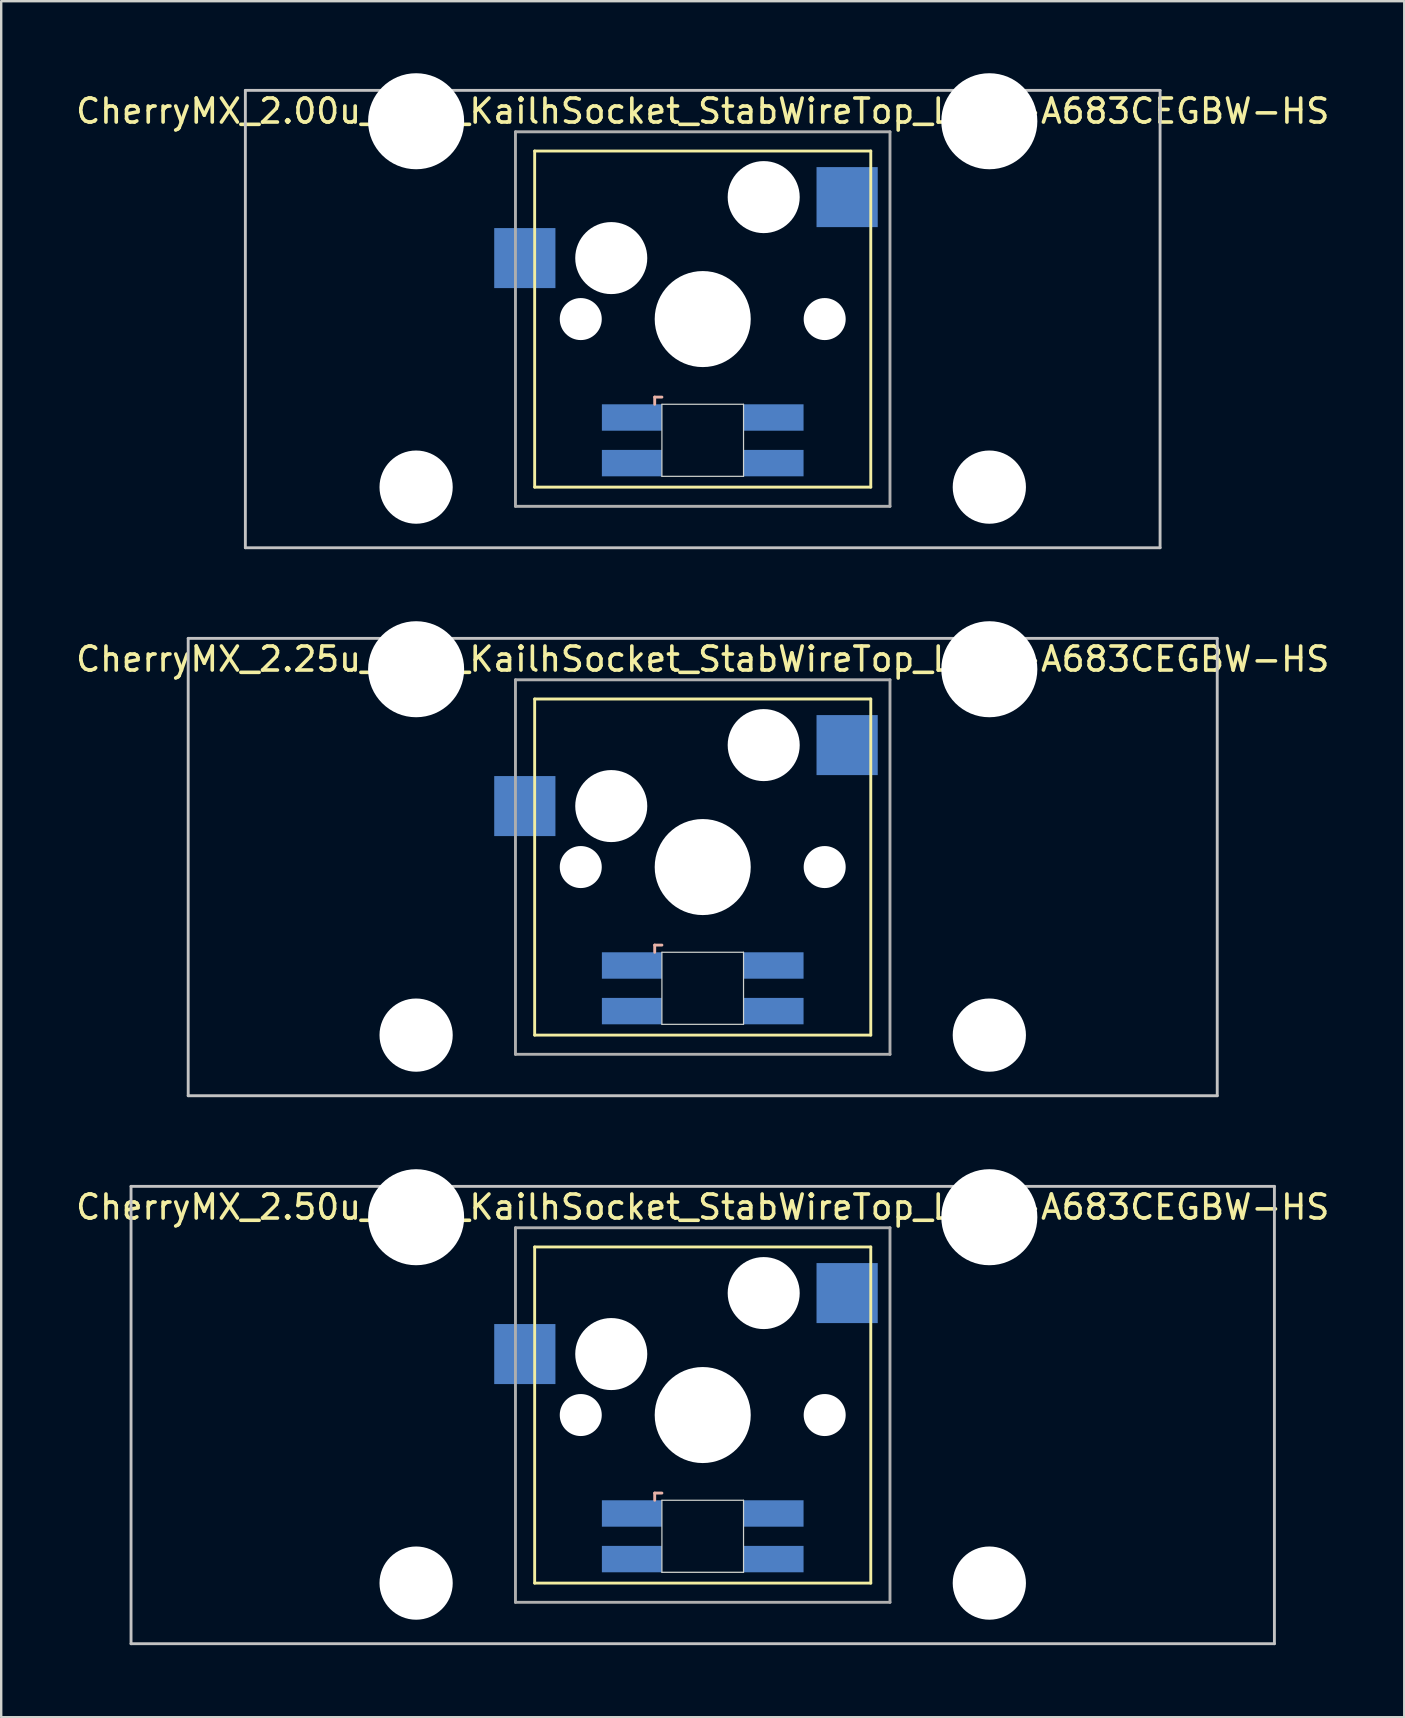
<source format=kicad_pcb>
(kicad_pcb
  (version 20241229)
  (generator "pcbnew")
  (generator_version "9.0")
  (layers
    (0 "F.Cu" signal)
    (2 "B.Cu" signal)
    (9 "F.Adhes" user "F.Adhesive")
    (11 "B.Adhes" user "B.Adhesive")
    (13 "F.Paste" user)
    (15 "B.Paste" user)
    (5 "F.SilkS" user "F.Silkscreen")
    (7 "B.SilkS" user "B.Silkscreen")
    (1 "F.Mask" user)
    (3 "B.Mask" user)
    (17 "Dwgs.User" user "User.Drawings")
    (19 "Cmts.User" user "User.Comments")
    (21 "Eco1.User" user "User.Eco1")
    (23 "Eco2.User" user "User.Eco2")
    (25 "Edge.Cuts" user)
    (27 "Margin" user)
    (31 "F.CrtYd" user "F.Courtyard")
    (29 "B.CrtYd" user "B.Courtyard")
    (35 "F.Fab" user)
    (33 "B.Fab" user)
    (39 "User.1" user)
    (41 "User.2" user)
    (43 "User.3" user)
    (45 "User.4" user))
  (footprint "CherryMX_2.25u_PCB_KailhSocket_StabWireTop_LTST-A683CEGBW-HS"
    (layer "F.Cu")
    (at 26.22 33.065)
    (property "Reference" "CherryMX_2.25u_PCB_KailhSocket_StabWireTop_LTST-A683CEGBW-HS" (at 0 -8.662 0) (layer "F.SilkS") (effects (font (size 1 1) (thickness 0.15))))
    (attr through_hole)
    (fp_line (start -7 -7) (end -7 7) (stroke (width 0.12) (type solid)) (layer "F.SilkS"))
    (fp_line (start -7 -7) (end 7 -7) (stroke (width 0.12) (type solid)) (layer "F.SilkS"))
    (fp_line (start 7 -7) (end 7 7) (stroke (width 0.12) (type solid)) (layer "F.SilkS"))
    (fp_line (start 7 7) (end -7 7) (stroke (width 0.12) (type solid)) (layer "F.SilkS"))
    (fp_line (start -2 3.25) (end -2 3.55) (stroke (width 0.12) (type solid)) (layer "B.SilkS"))
    (fp_line (start -1.7 3.25) (end -2 3.25) (stroke (width 0.12) (type solid)) (layer "B.SilkS"))
    (fp_line (start -21.431 -9.525) (end 21.431 -9.525) (stroke (width 0.12) (type solid)) (layer "Dwgs.User"))
    (fp_line (start -21.431 9.525) (end -21.431 -9.525) (stroke (width 0.12) (type solid)) (layer "Dwgs.User"))
    (fp_line (start 21.431 -9.525) (end 21.431 9.525) (stroke (width 0.12) (type solid)) (layer "Dwgs.User"))
    (fp_line (start 21.431 9.525) (end -21.431 9.525) (stroke (width 0.12) (type solid)) (layer "Dwgs.User"))
    (fp_line (start -1.7 3.55) (end 1.7 3.55) (stroke (width 0.05) (type solid)) (layer "Edge.Cuts"))
    (fp_line (start -1.7 6.55) (end -1.7 3.55) (stroke (width 0.05) (type solid)) (layer "Edge.Cuts"))
    (fp_line (start 1.7 3.55) (end 1.7 6.55) (stroke (width 0.05) (type solid)) (layer "Edge.Cuts"))
    (fp_line (start 1.7 6.55) (end -1.7 6.55) (stroke (width 0.05) (type solid)) (layer "Edge.Cuts"))
    (fp_line (start -7.8 -7.8) (end -7.8 7.8) (stroke (width 0.12) (type solid)) (layer "F.Fab"))
    (fp_line (start -7.8 -7.8) (end 7.8 -7.8) (stroke (width 0.12) (type solid)) (layer "F.Fab"))
    (fp_line (start -7.8 7.8) (end 7.8 7.8) (stroke (width 0.12) (type solid)) (layer "F.Fab"))
    (fp_line (start 7.8 -7.8) (end 7.8 7.8) (stroke (width 0.12) (type solid)) (layer "F.Fab"))
    (pad "" np_thru_hole circle (at -11.938 -8.24) (size 4 4) (drill 4) (layers "*.Cu" "*.Mask"))
    (pad "" np_thru_hole circle (at -11.938 7) (size 3.05 3.05) (drill 3.05) (layers "*.Cu" "*.Mask"))
    (pad "" np_thru_hole circle (at -5.08 0) (size 1.75 1.75) (drill 1.75) (layers "*.Cu" "*.Mask"))
    (pad "" np_thru_hole circle (at -3.81 -2.54) (size 3 3) (drill 3) (layers "*.Cu" "*.Mask"))
    (pad "" np_thru_hole circle (at 0 0) (size 4 4) (drill 4) (layers "*.Cu" "*.Mask"))
    (pad "" np_thru_hole circle (at 2.54 -5.08) (size 3 3) (drill 3) (layers "*.Cu" "*.Mask"))
    (pad "" np_thru_hole circle (at 5.08 0) (size 1.75 1.75) (drill 1.75) (layers "*.Cu" "*.Mask"))
    (pad "" np_thru_hole circle (at 11.938 -8.24) (size 4 4) (drill 4) (layers "*.Cu" "*.Mask"))
    (pad "" np_thru_hole circle (at 11.938 7) (size 3.05 3.05) (drill 3.05) (layers "*.Cu" "*.Mask"))
    (pad "1" smd rect (at -7.41 -2.54) (size 2.55 2.5) (layers "B.Cu" "B.Mask" "B.Paste"))
    (pad "2" smd rect (at 6.015 -5.08) (size 2.55 2.5) (layers "B.Cu" "B.Mask" "B.Paste"))
    (pad "3" smd rect (at -2.95 4.1) (size 2.5 1.1) (layers "B.Cu" "B.Mask" "B.Paste"))
    (pad "4" smd rect (at -2.95 6) (size 2.5 1.1) (layers "B.Cu" "B.Mask" "B.Paste"))
    (pad "5" smd rect (at 2.95 4.1) (size 2.5 1.1) (layers "B.Cu" "B.Mask" "B.Paste"))
    (pad "6" smd rect (at 2.95 6) (size 2.5 1.1) (layers "B.Cu" "B.Mask" "B.Paste")))
  (footprint "CherryMX_2.00u_PCB_KailhSocket_StabWireTop_LTST-A683CEGBW-HS"
    (layer "F.Cu")
    (at 26.22 10.24)
    (property "Reference" "CherryMX_2.00u_PCB_KailhSocket_StabWireTop_LTST-A683CEGBW-HS" (at 0 -8.662 0) (layer "F.SilkS") (effects (font (size 1 1) (thickness 0.15))))
    (attr through_hole)
    (fp_line (start -7 -7) (end -7 7) (stroke (width 0.12) (type solid)) (layer "F.SilkS"))
    (fp_line (start -7 -7) (end 7 -7) (stroke (width 0.12) (type solid)) (layer "F.SilkS"))
    (fp_line (start 7 -7) (end 7 7) (stroke (width 0.12) (type solid)) (layer "F.SilkS"))
    (fp_line (start 7 7) (end -7 7) (stroke (width 0.12) (type solid)) (layer "F.SilkS"))
    (fp_line (start -2 3.25) (end -2 3.55) (stroke (width 0.12) (type solid)) (layer "B.SilkS"))
    (fp_line (start -1.7 3.25) (end -2 3.25) (stroke (width 0.12) (type solid)) (layer "B.SilkS"))
    (fp_line (start -19.05 -9.525) (end 19.05 -9.525) (stroke (width 0.12) (type solid)) (layer "Dwgs.User"))
    (fp_line (start -19.05 9.525) (end -19.05 -9.525) (stroke (width 0.12) (type solid)) (layer "Dwgs.User"))
    (fp_line (start 19.05 -9.525) (end 19.05 9.525) (stroke (width 0.12) (type solid)) (layer "Dwgs.User"))
    (fp_line (start 19.05 9.525) (end -19.05 9.525) (stroke (width 0.12) (type solid)) (layer "Dwgs.User"))
    (fp_line (start -1.7 3.55) (end 1.7 3.55) (stroke (width 0.05) (type solid)) (layer "Edge.Cuts"))
    (fp_line (start -1.7 6.55) (end -1.7 3.55) (stroke (width 0.05) (type solid)) (layer "Edge.Cuts"))
    (fp_line (start 1.7 3.55) (end 1.7 6.55) (stroke (width 0.05) (type solid)) (layer "Edge.Cuts"))
    (fp_line (start 1.7 6.55) (end -1.7 6.55) (stroke (width 0.05) (type solid)) (layer "Edge.Cuts"))
    (fp_line (start -7.8 -7.8) (end -7.8 7.8) (stroke (width 0.12) (type solid)) (layer "F.Fab"))
    (fp_line (start -7.8 -7.8) (end 7.8 -7.8) (stroke (width 0.12) (type solid)) (layer "F.Fab"))
    (fp_line (start -7.8 7.8) (end 7.8 7.8) (stroke (width 0.12) (type solid)) (layer "F.Fab"))
    (fp_line (start 7.8 -7.8) (end 7.8 7.8) (stroke (width 0.12) (type solid)) (layer "F.Fab"))
    (pad "" np_thru_hole circle (at -11.938 -8.24) (size 4 4) (drill 4) (layers "*.Cu" "*.Mask"))
    (pad "" np_thru_hole circle (at -11.938 7) (size 3.05 3.05) (drill 3.05) (layers "*.Cu" "*.Mask"))
    (pad "" np_thru_hole circle (at -5.08 0) (size 1.75 1.75) (drill 1.75) (layers "*.Cu" "*.Mask"))
    (pad "" np_thru_hole circle (at -3.81 -2.54) (size 3 3) (drill 3) (layers "*.Cu" "*.Mask"))
    (pad "" np_thru_hole circle (at 0 0) (size 4 4) (drill 4) (layers "*.Cu" "*.Mask"))
    (pad "" np_thru_hole circle (at 2.54 -5.08) (size 3 3) (drill 3) (layers "*.Cu" "*.Mask"))
    (pad "" np_thru_hole circle (at 5.08 0) (size 1.75 1.75) (drill 1.75) (layers "*.Cu" "*.Mask"))
    (pad "" np_thru_hole circle (at 11.938 -8.24) (size 4 4) (drill 4) (layers "*.Cu" "*.Mask"))
    (pad "" np_thru_hole circle (at 11.938 7) (size 3.05 3.05) (drill 3.05) (layers "*.Cu" "*.Mask"))
    (pad "1" smd rect (at -7.41 -2.54) (size 2.55 2.5) (layers "B.Cu" "B.Mask" "B.Paste"))
    (pad "2" smd rect (at 6.015 -5.08) (size 2.55 2.5) (layers "B.Cu" "B.Mask" "B.Paste"))
    (pad "3" smd rect (at -2.95 4.1) (size 2.5 1.1) (layers "B.Cu" "B.Mask" "B.Paste"))
    (pad "4" smd rect (at -2.95 6) (size 2.5 1.1) (layers "B.Cu" "B.Mask" "B.Paste"))
    (pad "5" smd rect (at 2.95 4.1) (size 2.5 1.1) (layers "B.Cu" "B.Mask" "B.Paste"))
    (pad "6" smd rect (at 2.95 6) (size 2.5 1.1) (layers "B.Cu" "B.Mask" "B.Paste")))
  (footprint "CherryMX_2.50u_PCB_KailhSocket_StabWireTop_LTST-A683CEGBW-HS"
    (layer "F.Cu")
    (at 26.22 55.89)
    (property "Reference" "CherryMX_2.50u_PCB_KailhSocket_StabWireTop_LTST-A683CEGBW-HS" (at 0 -8.662 0) (layer "F.SilkS") (effects (font (size 1 1) (thickness 0.15))))
    (attr through_hole)
    (fp_line (start -7 -7) (end -7 7) (stroke (width 0.12) (type solid)) (layer "F.SilkS"))
    (fp_line (start -7 -7) (end 7 -7) (stroke (width 0.12) (type solid)) (layer "F.SilkS"))
    (fp_line (start 7 -7) (end 7 7) (stroke (width 0.12) (type solid)) (layer "F.SilkS"))
    (fp_line (start 7 7) (end -7 7) (stroke (width 0.12) (type solid)) (layer "F.SilkS"))
    (fp_line (start -2 3.25) (end -2 3.55) (stroke (width 0.12) (type solid)) (layer "B.SilkS"))
    (fp_line (start -1.7 3.25) (end -2 3.25) (stroke (width 0.12) (type solid)) (layer "B.SilkS"))
    (fp_line (start -23.812 -9.525) (end 23.812 -9.525) (stroke (width 0.12) (type solid)) (layer "Dwgs.User"))
    (fp_line (start -23.812 9.525) (end -23.812 -9.525) (stroke (width 0.12) (type solid)) (layer "Dwgs.User"))
    (fp_line (start 23.812 -9.525) (end 23.812 9.525) (stroke (width 0.12) (type solid)) (layer "Dwgs.User"))
    (fp_line (start 23.812 9.525) (end -23.812 9.525) (stroke (width 0.12) (type solid)) (layer "Dwgs.User"))
    (fp_line (start -1.7 3.55) (end 1.7 3.55) (stroke (width 0.05) (type solid)) (layer "Edge.Cuts"))
    (fp_line (start -1.7 6.55) (end -1.7 3.55) (stroke (width 0.05) (type solid)) (layer "Edge.Cuts"))
    (fp_line (start 1.7 3.55) (end 1.7 6.55) (stroke (width 0.05) (type solid)) (layer "Edge.Cuts"))
    (fp_line (start 1.7 6.55) (end -1.7 6.55) (stroke (width 0.05) (type solid)) (layer "Edge.Cuts"))
    (fp_line (start -7.8 -7.8) (end -7.8 7.8) (stroke (width 0.12) (type solid)) (layer "F.Fab"))
    (fp_line (start -7.8 -7.8) (end 7.8 -7.8) (stroke (width 0.12) (type solid)) (layer "F.Fab"))
    (fp_line (start -7.8 7.8) (end 7.8 7.8) (stroke (width 0.12) (type solid)) (layer "F.Fab"))
    (fp_line (start 7.8 -7.8) (end 7.8 7.8) (stroke (width 0.12) (type solid)) (layer "F.Fab"))
    (pad "" np_thru_hole circle (at -11.938 -8.24) (size 4 4) (drill 4) (layers "*.Cu" "*.Mask"))
    (pad "" np_thru_hole circle (at -11.938 7) (size 3.05 3.05) (drill 3.05) (layers "*.Cu" "*.Mask"))
    (pad "" np_thru_hole circle (at -5.08 0) (size 1.75 1.75) (drill 1.75) (layers "*.Cu" "*.Mask"))
    (pad "" np_thru_hole circle (at -3.81 -2.54) (size 3 3) (drill 3) (layers "*.Cu" "*.Mask"))
    (pad "" np_thru_hole circle (at 0 0) (size 4 4) (drill 4) (layers "*.Cu" "*.Mask"))
    (pad "" np_thru_hole circle (at 2.54 -5.08) (size 3 3) (drill 3) (layers "*.Cu" "*.Mask"))
    (pad "" np_thru_hole circle (at 5.08 0) (size 1.75 1.75) (drill 1.75) (layers "*.Cu" "*.Mask"))
    (pad "" np_thru_hole circle (at 11.938 -8.24) (size 4 4) (drill 4) (layers "*.Cu" "*.Mask"))
    (pad "" np_thru_hole circle (at 11.938 7) (size 3.05 3.05) (drill 3.05) (layers "*.Cu" "*.Mask"))
    (pad "1" smd rect (at -7.41 -2.54) (size 2.55 2.5) (layers "B.Cu" "B.Mask" "B.Paste"))
    (pad "2" smd rect (at 6.015 -5.08) (size 2.55 2.5) (layers "B.Cu" "B.Mask" "B.Paste"))
    (pad "3" smd rect (at -2.95 4.1) (size 2.5 1.1) (layers "B.Cu" "B.Mask" "B.Paste"))
    (pad "4" smd rect (at -2.95 6) (size 2.5 1.1) (layers "B.Cu" "B.Mask" "B.Paste"))
    (pad "5" smd rect (at 2.95 4.1) (size 2.5 1.1) (layers "B.Cu" "B.Mask" "B.Paste"))
    (pad "6" smd rect (at 2.95 6) (size 2.5 1.1) (layers "B.Cu" "B.Mask" "B.Paste")))
  (gr_rect
    (start -3 -3)
    (end 55.44 68.475)
    (stroke (width 0.1) (type default))
    (fill no)
    (layer "Edge.Cuts")))
</source>
